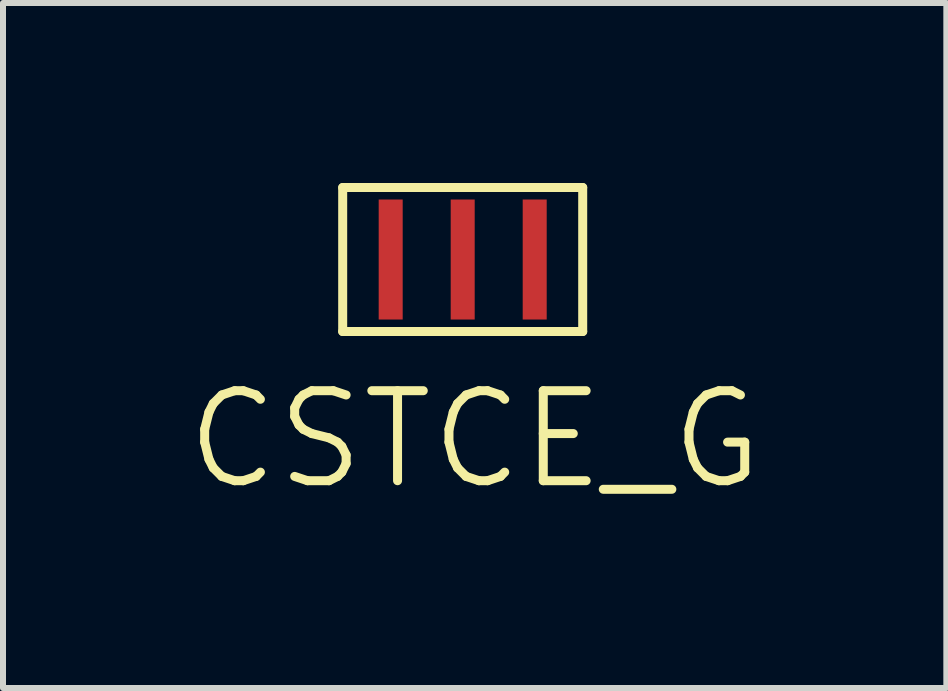
<source format=kicad_pcb>
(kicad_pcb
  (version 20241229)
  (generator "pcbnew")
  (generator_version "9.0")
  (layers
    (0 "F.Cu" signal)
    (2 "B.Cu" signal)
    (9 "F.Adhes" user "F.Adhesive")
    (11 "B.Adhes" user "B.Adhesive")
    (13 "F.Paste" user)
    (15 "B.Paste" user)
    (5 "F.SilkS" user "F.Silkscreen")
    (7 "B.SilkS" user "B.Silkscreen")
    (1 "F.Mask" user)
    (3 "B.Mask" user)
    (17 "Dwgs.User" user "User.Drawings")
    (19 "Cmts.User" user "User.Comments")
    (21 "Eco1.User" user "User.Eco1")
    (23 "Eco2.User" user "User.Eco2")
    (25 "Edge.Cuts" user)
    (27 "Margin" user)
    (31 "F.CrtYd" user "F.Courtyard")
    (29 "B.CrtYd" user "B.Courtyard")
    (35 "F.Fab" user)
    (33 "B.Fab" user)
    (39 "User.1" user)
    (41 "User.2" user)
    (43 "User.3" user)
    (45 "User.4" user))
  (footprint "CSTCE_G"
    (layer "F.Cu")
    (at 4.661 1.275)
    (property "Reference" "CSTCE_G" (at 0.2 3 0) (layer "F.SilkS") (effects (font (size 1.5 1.5) (thickness 0.15))))
    (attr through_hole)
    (fp_line (start -2 -1.2) (end 2 -1.2) (stroke (width 0.15) (type solid)) (layer "F.SilkS"))
    (fp_line (start -2 1.2) (end -2 -1.2) (stroke (width 0.15) (type solid)) (layer "F.SilkS"))
    (fp_line (start 2 -1.2) (end 2 1.2) (stroke (width 0.15) (type solid)) (layer "F.SilkS"))
    (fp_line (start 2 1.2) (end -2 1.2) (stroke (width 0.15) (type solid)) (layer "F.SilkS"))
    (pad "1" smd rect (at -1.2 0) (size 0.4 2) (layers "F.Cu" "F.Mask" "F.Paste"))
    (pad "2" smd rect (at 0 0) (size 0.4 2) (layers "F.Cu" "F.Mask" "F.Paste"))
    (pad "3" smd rect (at 1.2 0) (size 0.4 2) (layers "F.Cu" "F.Mask" "F.Paste")))
  (gr_rect
    (start -3 -3)
    (end 12.721 8.416)
    (stroke (width 0.1) (type default))
    (fill no)
    (layer "Edge.Cuts")))
</source>
